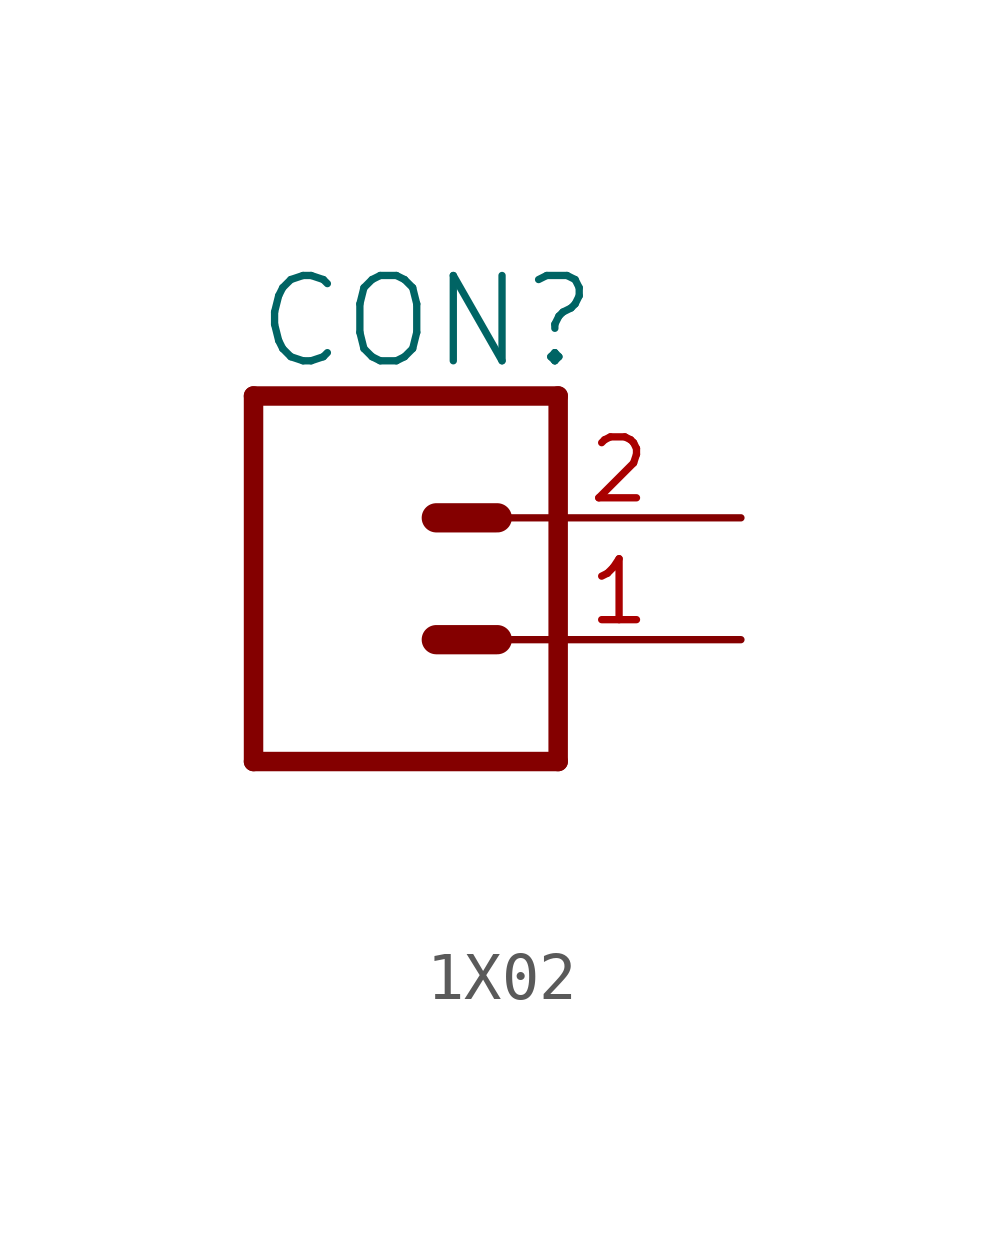
<source format=kicad_sym>
(kicad_symbol_lib
  (version 20220914)
  (generator kicad_symbol_editor)
  (symbol "1X02"
    (property "Reference" "CON"
      (at -2.54 5.588 0)
      (effects (font (size 1.778 1.778)) (justify left bottom)))
    (property "Value" ""
      (at -2.54 -4.826 0)
      (effects (font (size 1.778 1.778)) (justify left bottom)))
    (property "ki_locked" ""
      (at 0 0 0)
      (effects (font (size 1.27 1.27))))
    (symbol "1X02_1_0"
      (polyline (pts (xy -2.54 5.08) (xy -2.54 -2.54)) (stroke (width 0.406) (type solid)) (fill (type none)))
      (polyline (pts (xy -2.54 5.08) (xy 3.81 5.08)) (stroke (width 0.406) (type solid)) (fill (type none)))
      (polyline (pts (xy 1.27 0) (xy 2.54 0)) (stroke (width 0.61) (type solid)) (fill (type none)))
      (polyline (pts (xy 1.27 2.54) (xy 2.54 2.54)) (stroke (width 0.61) (type solid)) (fill (type none)))
      (polyline (pts (xy 3.81 -2.54) (xy -2.54 -2.54)) (stroke (width 0.406) (type solid)) (fill (type none)))
      (polyline (pts (xy 3.81 -2.54) (xy 3.81 5.08)) (stroke (width 0.406) (type solid)) (fill (type none)))
      (pin passive line (at 7.62 0 180) (length 5.08) (name "1" (effects (font (size 0 0)))) (number "1" (effects (font (size 1.27 1.27)))))
      (pin passive line (at 7.62 2.54 180) (length 5.08) (name "2" (effects (font (size 0 0)))) (number "2" (effects (font (size 1.27 1.27))))))))
</source>
